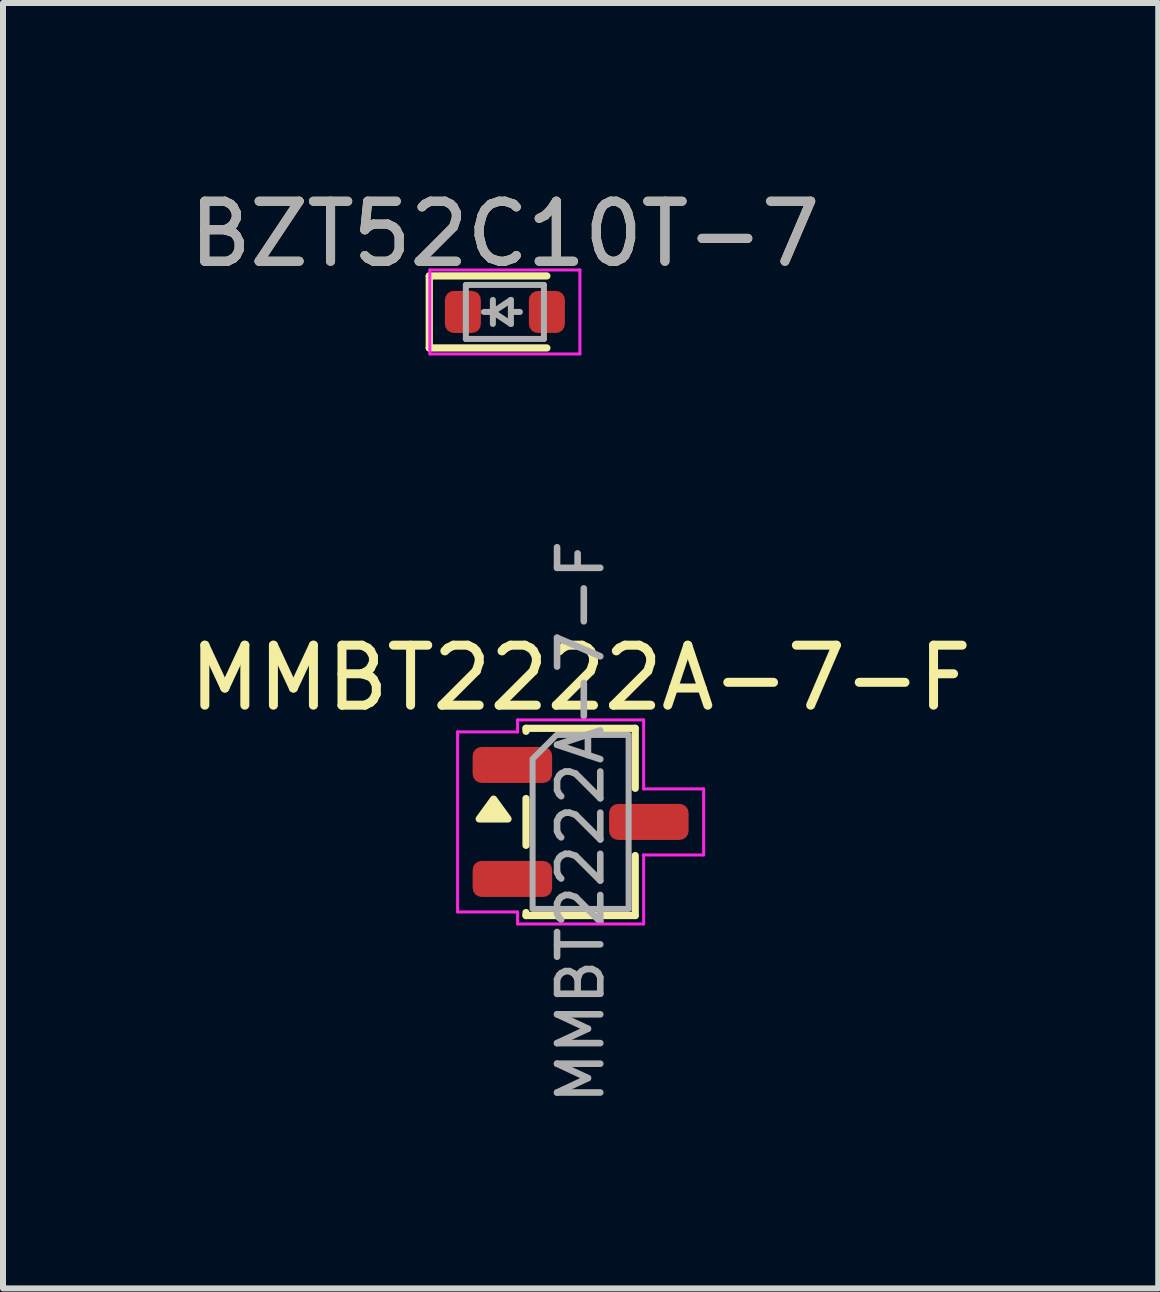
<source format=kicad_pcb>
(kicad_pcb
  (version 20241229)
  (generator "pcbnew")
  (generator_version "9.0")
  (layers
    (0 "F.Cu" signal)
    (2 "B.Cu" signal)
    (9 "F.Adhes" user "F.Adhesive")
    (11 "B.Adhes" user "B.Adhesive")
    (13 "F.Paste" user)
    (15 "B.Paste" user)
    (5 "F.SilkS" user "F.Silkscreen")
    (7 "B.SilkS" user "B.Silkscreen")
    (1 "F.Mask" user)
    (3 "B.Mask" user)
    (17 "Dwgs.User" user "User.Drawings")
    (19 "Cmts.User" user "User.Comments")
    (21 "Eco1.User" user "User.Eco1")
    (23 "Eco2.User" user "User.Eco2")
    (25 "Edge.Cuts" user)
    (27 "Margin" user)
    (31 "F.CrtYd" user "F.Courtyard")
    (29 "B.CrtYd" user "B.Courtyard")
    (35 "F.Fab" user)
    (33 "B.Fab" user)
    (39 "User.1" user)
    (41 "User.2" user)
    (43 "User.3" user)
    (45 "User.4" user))
  (footprint "MMBT2222A-7-F"
    (layer "F.Cu")
    (at 6.625 10.646)
    (property "Reference" "MMBT2222A-7-F" (at 0 -2.4 0) (layer "F.SilkS") (effects (font (size 1 1) (thickness 0.15))))
    (attr smd)
    (fp_line (start -0.91 -1.56) (end 0.91 -1.56) (stroke (width 0.12) (type solid)) (layer "F.SilkS"))
    (fp_line (start -0.91 -1.51) (end -0.91 -1.56) (stroke (width 0.12) (type solid)) (layer "F.SilkS"))
    (fp_line (start -0.91 0.39) (end -0.91 -0.39) (stroke (width 0.12) (type solid)) (layer "F.SilkS"))
    (fp_line (start -0.91 1.56) (end -0.91 1.51) (stroke (width 0.12) (type solid)) (layer "F.SilkS"))
    (fp_line (start 0.91 -1.56) (end 0.91 -0.56) (stroke (width 0.12) (type solid)) (layer "F.SilkS"))
    (fp_line (start 0.91 0.56) (end 0.91 1.56) (stroke (width 0.12) (type solid)) (layer "F.SilkS"))
    (fp_line (start 0.91 1.56) (end -0.91 1.56) (stroke (width 0.12) (type solid)) (layer "F.SilkS"))
    (fp_poly (pts (xy -1.45 -0.38) (xy -1.21 -0.05) (xy -1.69 -0.05)) (stroke (width 0.12) (type solid)) (fill yes) (layer "F.SilkS"))
    (fp_line (start -2.05 -1.5) (end -1.05 -1.5) (stroke (width 0.05) (type solid)) (layer "F.CrtYd"))
    (fp_line (start -2.05 1.5) (end -2.05 -1.5) (stroke (width 0.05) (type solid)) (layer "F.CrtYd"))
    (fp_line (start -1.05 -1.7) (end 1.05 -1.7) (stroke (width 0.05) (type solid)) (layer "F.CrtYd"))
    (fp_line (start -1.05 -1.5) (end -1.05 -1.7) (stroke (width 0.05) (type solid)) (layer "F.CrtYd"))
    (fp_line (start -1.05 1.5) (end -2.05 1.5) (stroke (width 0.05) (type solid)) (layer "F.CrtYd"))
    (fp_line (start -1.05 1.7) (end -1.05 1.5) (stroke (width 0.05) (type solid)) (layer "F.CrtYd"))
    (fp_line (start 1.05 -1.7) (end 1.05 -0.55) (stroke (width 0.05) (type solid)) (layer "F.CrtYd"))
    (fp_line (start 1.05 -0.55) (end 2.05 -0.55) (stroke (width 0.05) (type solid)) (layer "F.CrtYd"))
    (fp_line (start 1.05 0.55) (end 1.05 1.7) (stroke (width 0.05) (type solid)) (layer "F.CrtYd"))
    (fp_line (start 1.05 1.7) (end -1.05 1.7) (stroke (width 0.05) (type solid)) (layer "F.CrtYd"))
    (fp_line (start 2.05 -0.55) (end 2.05 0.55) (stroke (width 0.05) (type solid)) (layer "F.CrtYd"))
    (fp_line (start 2.05 0.55) (end 1.05 0.55) (stroke (width 0.05) (type solid)) (layer "F.CrtYd"))
    (fp_poly (pts (xy -0.8 -1.05) (xy -0.8 1.45) (xy 0.8 1.45) (xy 0.8 -1.45) (xy -0.4 -1.45)) (stroke (width 0.1) (type solid)) (fill no) (layer "F.Fab"))
    (fp_text user "${REFERENCE}" (at 0 0 90) (layer "F.Fab") (effects (font (size 0.72 0.72) (thickness 0.11))))
    (pad "1" smd roundrect (at -1.137 -0.95) (size 1.325 0.6) (layers "F.Cu" "F.Mask" "F.Paste") (roundrect_rratio 0.25))
    (pad "2" smd roundrect (at -1.137 0.95) (size 1.325 0.6) (layers "F.Cu" "F.Mask" "F.Paste") (roundrect_rratio 0.25))
    (pad "3" smd roundrect (at 1.137 0) (size 1.325 0.6) (layers "F.Cu" "F.Mask" "F.Paste") (roundrect_rratio 0.25)))
  (footprint "BZT52C10T-7"
    (layer "F.Cu")
    (at 5.363 2.148)
    (property "Reference" "BZT52C10T-7" (at 0 -1.3 0) (layer "F.SilkS") (effects (font (size 1 1) (thickness 0.15))))
    (attr smd)
    (fp_line (start -1.26 -0.6) (end -1.26 0.6) (stroke (width 0.12) (type solid)) (layer "F.SilkS"))
    (fp_line (start 0.7 -0.6) (end -1.26 -0.6) (stroke (width 0.12) (type solid)) (layer "F.SilkS"))
    (fp_line (start 0.7 0.6) (end -1.26 0.6) (stroke (width 0.12) (type solid)) (layer "F.SilkS"))
    (fp_line (start -1.25 -0.7) (end 1.25 -0.7) (stroke (width 0.05) (type solid)) (layer "F.CrtYd"))
    (fp_line (start -1.25 0.7) (end -1.25 -0.7) (stroke (width 0.05) (type solid)) (layer "F.CrtYd"))
    (fp_line (start 1.25 -0.7) (end 1.25 0.7) (stroke (width 0.05) (type solid)) (layer "F.CrtYd"))
    (fp_line (start 1.25 0.7) (end -1.25 0.7) (stroke (width 0.05) (type solid)) (layer "F.CrtYd"))
    (fp_line (start -0.65 -0.45) (end 0.65 -0.45) (stroke (width 0.1) (type solid)) (layer "F.Fab"))
    (fp_line (start -0.65 0.45) (end -0.65 -0.45) (stroke (width 0.1) (type solid)) (layer "F.Fab"))
    (fp_line (start -0.2 0) (end -0.35 0) (stroke (width 0.1) (type solid)) (layer "F.Fab"))
    (fp_line (start -0.2 0) (end 0.1 0.2) (stroke (width 0.1) (type solid)) (layer "F.Fab"))
    (fp_line (start -0.2 0.2) (end -0.2 -0.2) (stroke (width 0.1) (type solid)) (layer "F.Fab"))
    (fp_line (start 0.1 -0.2) (end -0.2 0) (stroke (width 0.1) (type solid)) (layer "F.Fab"))
    (fp_line (start 0.1 0) (end 0.25 0) (stroke (width 0.1) (type solid)) (layer "F.Fab"))
    (fp_line (start 0.1 0.2) (end 0.1 -0.2) (stroke (width 0.1) (type solid)) (layer "F.Fab"))
    (fp_line (start 0.65 -0.45) (end 0.65 0.45) (stroke (width 0.1) (type solid)) (layer "F.Fab"))
    (fp_line (start 0.65 0.45) (end -0.65 0.45) (stroke (width 0.1) (type solid)) (layer "F.Fab"))
    (fp_text user "${REFERENCE}" (at 0 -1.3 0) (layer "F.Fab") (effects (font (size 1 1) (thickness 0.15))))
    (pad "1" smd roundrect (at -0.7 0 180) (size 0.6 0.7) (layers "F.Cu" "F.Mask" "F.Paste") (roundrect_rratio 0.25))
    (pad "2" smd roundrect (at 0.7 0 180) (size 0.6 0.7) (layers "F.Cu" "F.Mask" "F.Paste") (roundrect_rratio 0.25)))
  (gr_rect
    (start -3 -3)
    (end 16.25 18.419)
    (stroke (width 0.1) (type default))
    (fill no)
    (layer "Edge.Cuts")))
</source>
